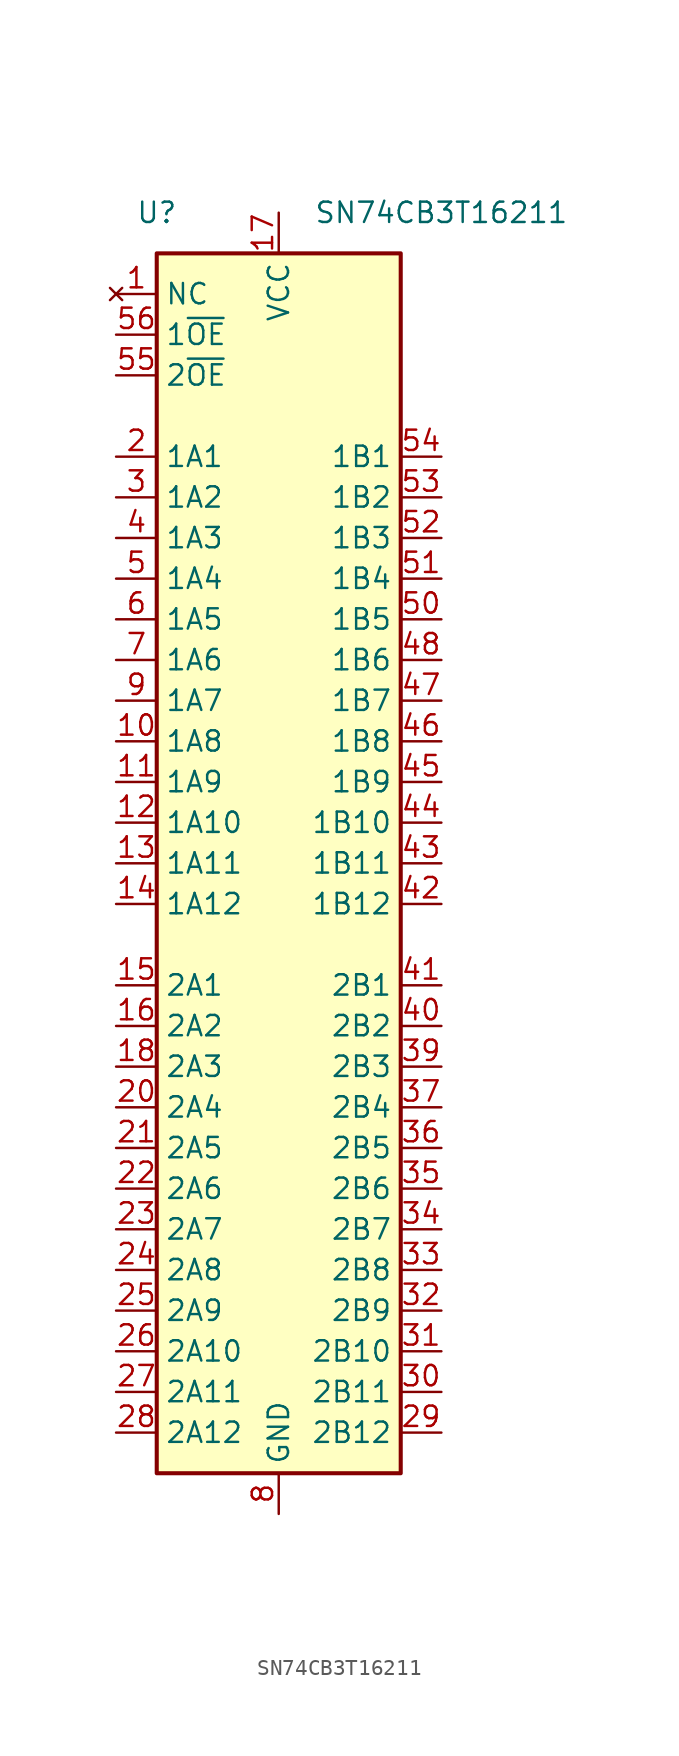
<source format=kicad_sym>
(kicad_symbol_lib
  (version 20211014)
  (generator kicad_symbol_editor)
  (symbol "SN74CB3T16211"
    (property "Reference" "U"
      (at -7.62 40.64 0)
      (effects (font (size 1.27 1.27))))
    (property "Value" "SN74CB3T16211"
      (at 10.16 40.64 0)
      (effects (font (size 1.27 1.27))))
    (symbol "SN74CB3T16211_0_1"
      (rectangle (start -7.62 38.1) (end 7.62 -38.1) (stroke (width 0.254) (type default) (color 0 0 0 0)) (fill (type background))))
    (symbol "SN74CB3T16211_1_0"
      (pin bidirectional line (at -10.16 7.62 0) (length 2.54) (name "1A8" (effects (font (size 1.27 1.27)))) (number "10" (effects (font (size 1.27 1.27)))))
      (pin bidirectional line (at -10.16 5.08 0) (length 2.54) (name "1A9" (effects (font (size 1.27 1.27)))) (number "11" (effects (font (size 1.27 1.27)))))
      (pin bidirectional line (at -10.16 2.54 0) (length 2.54) (name "1A10" (effects (font (size 1.27 1.27)))) (number "12" (effects (font (size 1.27 1.27)))))
      (pin bidirectional line (at -10.16 0 0) (length 2.54) (name "1A11" (effects (font (size 1.27 1.27)))) (number "13" (effects (font (size 1.27 1.27)))))
      (pin bidirectional line (at -10.16 -2.54 0) (length 2.54) (name "1A12" (effects (font (size 1.27 1.27)))) (number "14" (effects (font (size 1.27 1.27)))))
      (pin bidirectional line (at -10.16 -7.62 0) (length 2.54) (name "2A1" (effects (font (size 1.27 1.27)))) (number "15" (effects (font (size 1.27 1.27)))))
      (pin bidirectional line (at -10.16 -10.16 0) (length 2.54) (name "2A2" (effects (font (size 1.27 1.27)))) (number "16" (effects (font (size 1.27 1.27)))))
      (pin power_in line (at 0 40.64 270) (length 2.54) (name "VCC" (effects (font (size 1.27 1.27)))) (number "17" (effects (font (size 1.27 1.27)))))
      (pin bidirectional line (at -10.16 -12.7 0) (length 2.54) (name "2A3" (effects (font (size 1.27 1.27)))) (number "18" (effects (font (size 1.27 1.27)))))
      (pin passive line (at 0 -40.64 90) (length 2.54) hide (name "GND" (effects (font (size 1.27 1.27)))) (number "19" (effects (font (size 1.27 1.27)))))
      (pin bidirectional line (at -10.16 25.4 0) (length 2.54) (name "1A1" (effects (font (size 1.27 1.27)))) (number "2" (effects (font (size 1.27 1.27)))))
      (pin bidirectional line (at -10.16 -15.24 0) (length 2.54) (name "2A4" (effects (font (size 1.27 1.27)))) (number "20" (effects (font (size 1.27 1.27)))))
      (pin bidirectional line (at -10.16 -17.78 0) (length 2.54) (name "2A5" (effects (font (size 1.27 1.27)))) (number "21" (effects (font (size 1.27 1.27)))))
      (pin bidirectional line (at -10.16 -20.32 0) (length 2.54) (name "2A6" (effects (font (size 1.27 1.27)))) (number "22" (effects (font (size 1.27 1.27)))))
      (pin bidirectional line (at -10.16 -22.86 0) (length 2.54) (name "2A7" (effects (font (size 1.27 1.27)))) (number "23" (effects (font (size 1.27 1.27)))))
      (pin bidirectional line (at -10.16 -25.4 0) (length 2.54) (name "2A8" (effects (font (size 1.27 1.27)))) (number "24" (effects (font (size 1.27 1.27)))))
      (pin bidirectional line (at -10.16 -27.94 0) (length 2.54) (name "2A9" (effects (font (size 1.27 1.27)))) (number "25" (effects (font (size 1.27 1.27)))))
      (pin bidirectional line (at -10.16 -30.48 0) (length 2.54) (name "2A10" (effects (font (size 1.27 1.27)))) (number "26" (effects (font (size 1.27 1.27)))))
      (pin bidirectional line (at -10.16 -33.02 0) (length 2.54) (name "2A11" (effects (font (size 1.27 1.27)))) (number "27" (effects (font (size 1.27 1.27)))))
      (pin bidirectional line (at -10.16 -35.56 0) (length 2.54) (name "2A12" (effects (font (size 1.27 1.27)))) (number "28" (effects (font (size 1.27 1.27)))))
      (pin bidirectional line (at 10.16 -35.56 180) (length 2.54) (name "2B12" (effects (font (size 1.27 1.27)))) (number "29" (effects (font (size 1.27 1.27)))))
      (pin bidirectional line (at -10.16 22.86 0) (length 2.54) (name "1A2" (effects (font (size 1.27 1.27)))) (number "3" (effects (font (size 1.27 1.27)))))
      (pin bidirectional line (at 10.16 -33.02 180) (length 2.54) (name "2B11" (effects (font (size 1.27 1.27)))) (number "30" (effects (font (size 1.27 1.27)))))
      (pin bidirectional line (at 10.16 -30.48 180) (length 2.54) (name "2B10" (effects (font (size 1.27 1.27)))) (number "31" (effects (font (size 1.27 1.27)))))
      (pin bidirectional line (at 10.16 -27.94 180) (length 2.54) (name "2B9" (effects (font (size 1.27 1.27)))) (number "32" (effects (font (size 1.27 1.27)))))
      (pin bidirectional line (at 10.16 -25.4 180) (length 2.54) (name "2B8" (effects (font (size 1.27 1.27)))) (number "33" (effects (font (size 1.27 1.27)))))
      (pin bidirectional line (at 10.16 -22.86 180) (length 2.54) (name "2B7" (effects (font (size 1.27 1.27)))) (number "34" (effects (font (size 1.27 1.27)))))
      (pin bidirectional line (at 10.16 -20.32 180) (length 2.54) (name "2B6" (effects (font (size 1.27 1.27)))) (number "35" (effects (font (size 1.27 1.27)))))
      (pin bidirectional line (at 10.16 -17.78 180) (length 2.54) (name "2B5" (effects (font (size 1.27 1.27)))) (number "36" (effects (font (size 1.27 1.27)))))
      (pin bidirectional line (at 10.16 -15.24 180) (length 2.54) (name "2B4" (effects (font (size 1.27 1.27)))) (number "37" (effects (font (size 1.27 1.27)))))
      (pin passive line (at 0 -40.64 90) (length 2.54) hide (name "GND" (effects (font (size 1.27 1.27)))) (number "38" (effects (font (size 1.27 1.27)))))
      (pin bidirectional line (at 10.16 -12.7 180) (length 2.54) (name "2B3" (effects (font (size 1.27 1.27)))) (number "39" (effects (font (size 1.27 1.27)))))
      (pin bidirectional line (at -10.16 20.32 0) (length 2.54) (name "1A3" (effects (font (size 1.27 1.27)))) (number "4" (effects (font (size 1.27 1.27)))))
      (pin bidirectional line (at 10.16 -10.16 180) (length 2.54) (name "2B2" (effects (font (size 1.27 1.27)))) (number "40" (effects (font (size 1.27 1.27)))))
      (pin bidirectional line (at 10.16 -7.62 180) (length 2.54) (name "2B1" (effects (font (size 1.27 1.27)))) (number "41" (effects (font (size 1.27 1.27)))))
      (pin bidirectional line (at 10.16 -2.54 180) (length 2.54) (name "1B12" (effects (font (size 1.27 1.27)))) (number "42" (effects (font (size 1.27 1.27)))))
      (pin bidirectional line (at 10.16 0 180) (length 2.54) (name "1B11" (effects (font (size 1.27 1.27)))) (number "43" (effects (font (size 1.27 1.27)))))
      (pin bidirectional line (at 10.16 2.54 180) (length 2.54) (name "1B10" (effects (font (size 1.27 1.27)))) (number "44" (effects (font (size 1.27 1.27)))))
      (pin bidirectional line (at 10.16 5.08 180) (length 2.54) (name "1B9" (effects (font (size 1.27 1.27)))) (number "45" (effects (font (size 1.27 1.27)))))
      (pin bidirectional line (at 10.16 7.62 180) (length 2.54) (name "1B8" (effects (font (size 1.27 1.27)))) (number "46" (effects (font (size 1.27 1.27)))))
      (pin bidirectional line (at 10.16 10.16 180) (length 2.54) (name "1B7" (effects (font (size 1.27 1.27)))) (number "47" (effects (font (size 1.27 1.27)))))
      (pin bidirectional line (at 10.16 12.7 180) (length 2.54) (name "1B6" (effects (font (size 1.27 1.27)))) (number "48" (effects (font (size 1.27 1.27)))))
      (pin passive line (at 0 -40.64 90) (length 2.54) hide (name "GND" (effects (font (size 1.27 1.27)))) (number "49" (effects (font (size 1.27 1.27)))))
      (pin bidirectional line (at -10.16 17.78 0) (length 2.54) (name "1A4" (effects (font (size 1.27 1.27)))) (number "5" (effects (font (size 1.27 1.27)))))
      (pin bidirectional line (at 10.16 15.24 180) (length 2.54) (name "1B5" (effects (font (size 1.27 1.27)))) (number "50" (effects (font (size 1.27 1.27)))))
      (pin bidirectional line (at 10.16 17.78 180) (length 2.54) (name "1B4" (effects (font (size 1.27 1.27)))) (number "51" (effects (font (size 1.27 1.27)))))
      (pin bidirectional line (at 10.16 20.32 180) (length 2.54) (name "1B3" (effects (font (size 1.27 1.27)))) (number "52" (effects (font (size 1.27 1.27)))))
      (pin bidirectional line (at 10.16 22.86 180) (length 2.54) (name "1B2" (effects (font (size 1.27 1.27)))) (number "53" (effects (font (size 1.27 1.27)))))
      (pin bidirectional line (at 10.16 25.4 180) (length 2.54) (name "1B1" (effects (font (size 1.27 1.27)))) (number "54" (effects (font (size 1.27 1.27)))))
      (pin input line (at -10.16 30.48 0) (length 2.54) (name "2~{OE}" (effects (font (size 1.27 1.27)))) (number "55" (effects (font (size 1.27 1.27)))))
      (pin input line (at -10.16 33.02 0) (length 2.54) (name "1~{OE}" (effects (font (size 1.27 1.27)))) (number "56" (effects (font (size 1.27 1.27)))))
      (pin bidirectional line (at -10.16 15.24 0) (length 2.54) (name "1A5" (effects (font (size 1.27 1.27)))) (number "6" (effects (font (size 1.27 1.27)))))
      (pin bidirectional line (at -10.16 12.7 0) (length 2.54) (name "1A6" (effects (font (size 1.27 1.27)))) (number "7" (effects (font (size 1.27 1.27)))))
      (pin power_in line (at 0 -40.64 90) (length 2.54) (name "GND" (effects (font (size 1.27 1.27)))) (number "8" (effects (font (size 1.27 1.27)))))
      (pin bidirectional line (at -10.16 10.16 0) (length 2.54) (name "1A7" (effects (font (size 1.27 1.27)))) (number "9" (effects (font (size 1.27 1.27))))))
    (symbol "SN74CB3T16211_1_1"
      (pin no_connect line (at -10.16 35.56 0) (length 2.54) (name "NC" (effects (font (size 1.27 1.27)))) (number "1" (effects (font (size 1.27 1.27))))))))
</source>
